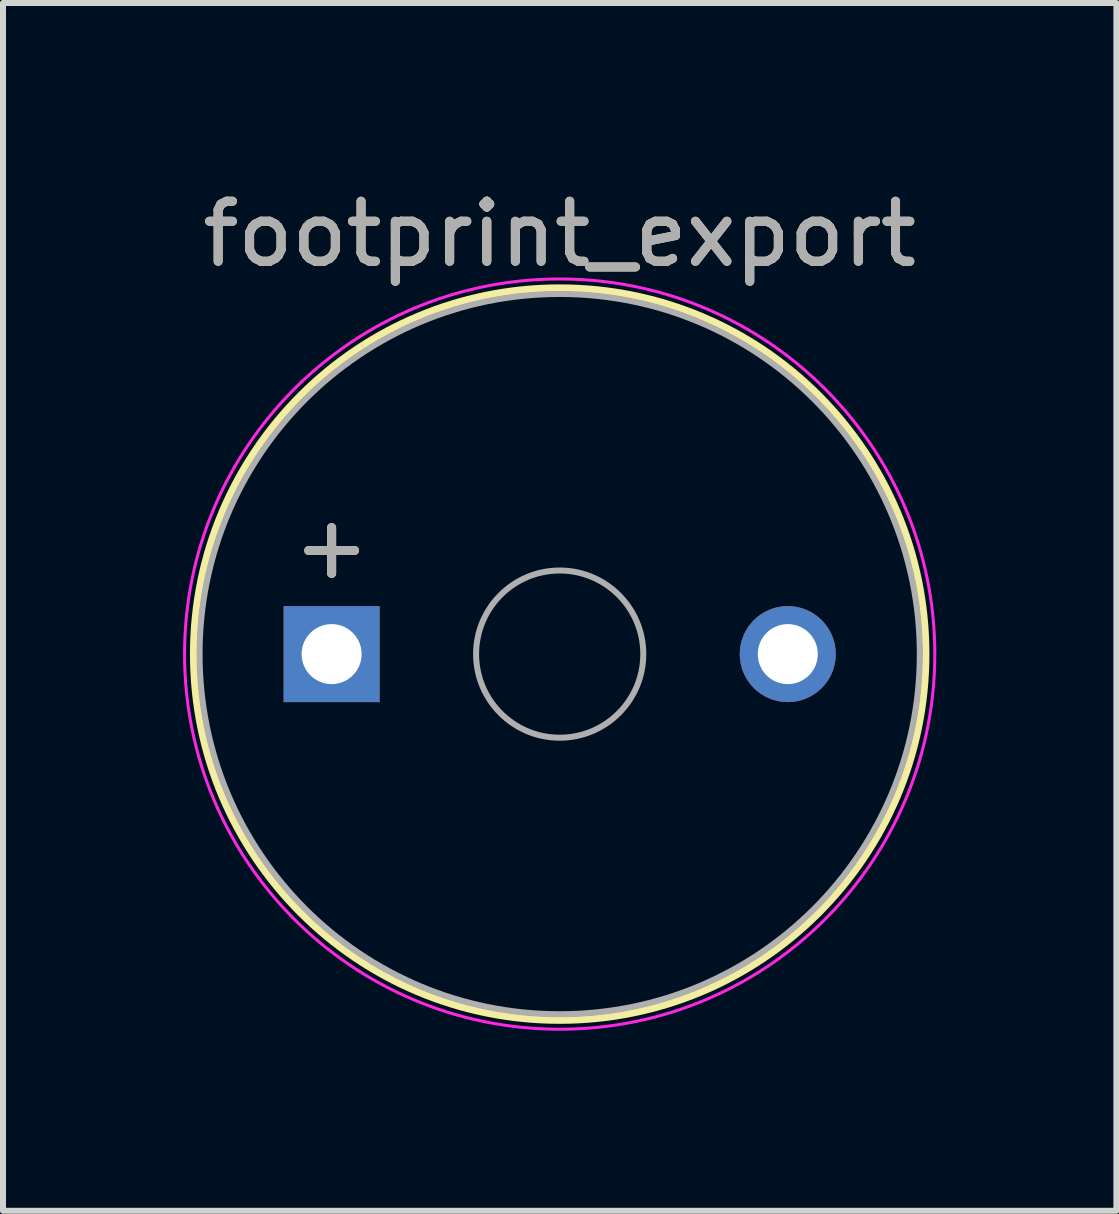
<source format=kicad_pcb>
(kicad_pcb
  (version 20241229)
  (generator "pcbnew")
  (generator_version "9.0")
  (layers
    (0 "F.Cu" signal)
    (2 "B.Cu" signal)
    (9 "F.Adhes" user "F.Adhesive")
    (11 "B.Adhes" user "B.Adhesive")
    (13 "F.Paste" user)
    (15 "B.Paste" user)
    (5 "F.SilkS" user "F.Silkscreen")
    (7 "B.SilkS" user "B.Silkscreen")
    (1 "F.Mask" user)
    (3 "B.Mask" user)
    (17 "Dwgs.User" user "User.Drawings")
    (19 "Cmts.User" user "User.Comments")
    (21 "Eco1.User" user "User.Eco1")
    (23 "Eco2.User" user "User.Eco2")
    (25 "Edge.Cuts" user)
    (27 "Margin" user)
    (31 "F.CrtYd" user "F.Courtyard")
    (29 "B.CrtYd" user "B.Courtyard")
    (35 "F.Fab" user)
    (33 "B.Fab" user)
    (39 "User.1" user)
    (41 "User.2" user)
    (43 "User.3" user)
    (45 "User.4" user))
  (footprint "footprint_export"
    (layer "F.Cu")
    (at 2.475 7.848)
    (property "Reference" "footprint_export" (at 3.8 -7 0) (layer "F.SilkS") (effects (font (size 1 1) (thickness 0.15))))
    (attr through_hole)
    (fp_circle (center 3.8 0) (end 9.9 0) (stroke (width 0.12) (type solid)) (fill no) (layer "F.SilkS"))
    (fp_circle (center 3.8 0) (end 10.05 0) (stroke (width 0.05) (type solid)) (fill no) (layer "F.CrtYd"))
    (fp_circle (center 3.8 0) (end 5.1 0.5) (stroke (width 0.1) (type solid)) (fill no) (layer "F.Fab"))
    (fp_circle (center 3.8 0) (end 9.8 0) (stroke (width 0.1) (type solid)) (fill no) (layer "F.Fab"))
    (fp_text user "+" (at 0 -1.8 0) (layer "F.SilkS") (effects (font (size 1 1) (thickness 0.15))))
    (fp_text user "+" (at 0 -1.8 0) (layer "F.Fab") (effects (font (size 1 1) (thickness 0.15))))
    (fp_text user "${REFERENCE}" (at 3.8 -7 0) (layer "F.Fab") (effects (font (size 1 1) (thickness 0.15))))
    (pad "1" thru_hole rect (at 0 0) (size 1.6 1.6) (drill 1) (layers "*.Cu" "*.Mask"))
    (pad "2" thru_hole circle (at 7.6 0) (size 1.6 1.6) (drill 1) (layers "*.Cu" "*.Mask")))
  (gr_rect
    (start -3 -3)
    (end 15.55 17.123)
    (stroke (width 0.1) (type default))
    (fill no)
    (layer "Edge.Cuts")))
</source>
